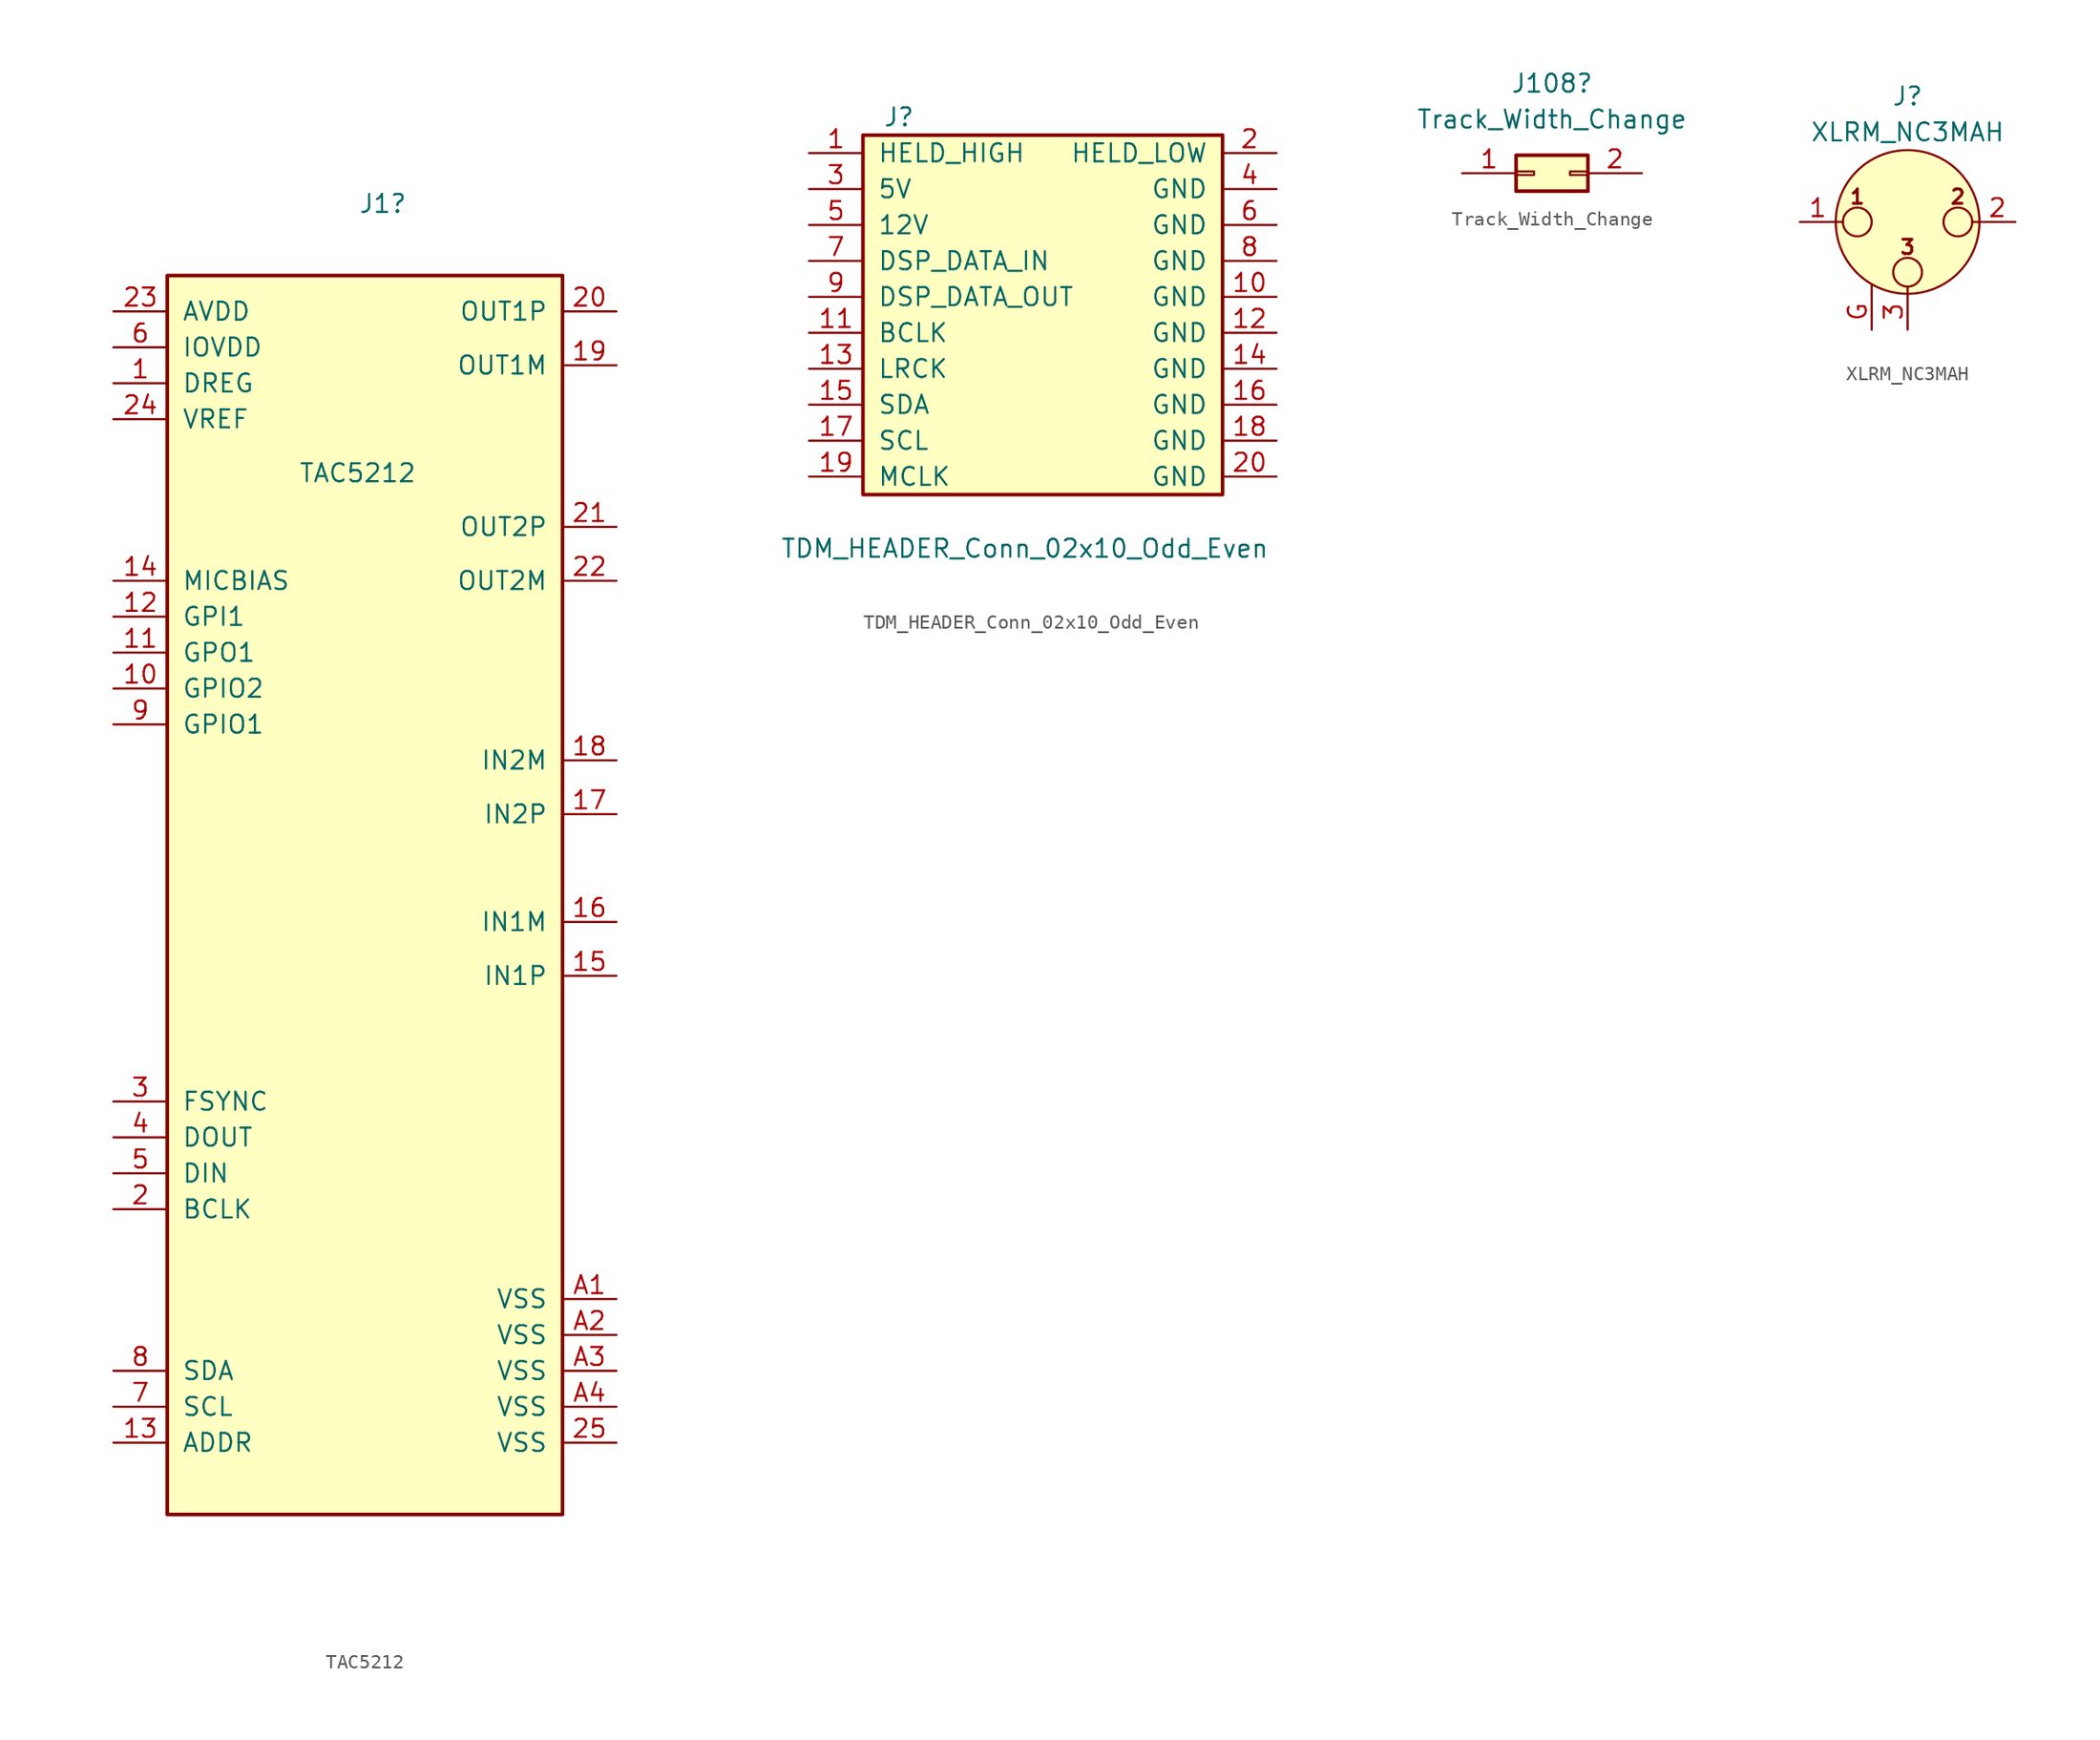
<source format=kicad_sym>
(kicad_symbol_lib
  (version 20241209)
  (generator "kicad_symbol_editor")
  (generator_version "9.0")
  (symbol "TAC5212"
    (pin_names
      (offset 1.016))
    (property "Reference" "J1"
      (at 1.27 21.59 0)
      (effects (font (size 1.27 1.27))))
    (property "Value" "TAC5212"
      (at -0.508 2.54 0)
      (effects (font (size 1.27 1.27))))
    (symbol "TAC5212_1_1"
      (rectangle (start -13.97 16.51) (end 13.97 -71.12) (stroke (width 0.254) (type default)) (fill (type background)))
      (pin passive line (at -17.78 13.97 0) (length 3.81) (name "AVDD" (effects (font (size 1.27 1.27)))) (number "23" (effects (font (size 1.27 1.27)))))
      (pin passive line (at -17.78 11.43 0) (length 3.81) (name "IOVDD" (effects (font (size 1.27 1.27)))) (number "6" (effects (font (size 1.27 1.27)))))
      (pin passive line (at -17.78 8.89 0) (length 3.81) (name "DREG" (effects (font (size 1.27 1.27)))) (number "1" (effects (font (size 1.27 1.27)))))
      (pin passive line (at -17.78 6.35 0) (length 3.81) (name "VREF" (effects (font (size 1.27 1.27)))) (number "24" (effects (font (size 1.27 1.27)))))
      (pin passive line (at -17.78 -5.08 0) (length 3.81) (name "MICBIAS" (effects (font (size 1.27 1.27)))) (number "14" (effects (font (size 1.27 1.27)))))
      (pin passive line (at -17.78 -7.62 0) (length 3.81) (name "GPI1" (effects (font (size 1.27 1.27)))) (number "12" (effects (font (size 1.27 1.27)))))
      (pin passive line (at -17.78 -10.16 0) (length 3.81) (name "GPO1" (effects (font (size 1.27 1.27)))) (number "11" (effects (font (size 1.27 1.27)))))
      (pin passive line (at -17.78 -12.7 0) (length 3.81) (name "GPIO2" (effects (font (size 1.27 1.27)))) (number "10" (effects (font (size 1.27 1.27)))))
      (pin passive line (at -17.78 -15.24 0) (length 3.81) (name "GPIO1" (effects (font (size 1.27 1.27)))) (number "9" (effects (font (size 1.27 1.27)))))
      (pin passive line (at -17.78 -41.91 0) (length 3.81) (name "FSYNC" (effects (font (size 1.27 1.27)))) (number "3" (effects (font (size 1.27 1.27)))))
      (pin passive line (at -17.78 -44.45 0) (length 3.81) (name "DOUT" (effects (font (size 1.27 1.27)))) (number "4" (effects (font (size 1.27 1.27)))))
      (pin passive line (at -17.78 -46.99 0) (length 3.81) (name "DIN" (effects (font (size 1.27 1.27)))) (number "5" (effects (font (size 1.27 1.27)))))
      (pin passive line (at -17.78 -49.53 0) (length 3.81) (name "BCLK" (effects (font (size 1.27 1.27)))) (number "2" (effects (font (size 1.27 1.27)))))
      (pin passive line (at -17.78 -60.96 0) (length 3.81) (name "SDA" (effects (font (size 1.27 1.27)))) (number "8" (effects (font (size 1.27 1.27)))))
      (pin passive line (at -17.78 -63.5 0) (length 3.81) (name "SCL" (effects (font (size 1.27 1.27)))) (number "7" (effects (font (size 1.27 1.27)))))
      (pin passive line (at -17.78 -66.04 0) (length 3.81) (name "ADDR" (effects (font (size 1.27 1.27)))) (number "13" (effects (font (size 1.27 1.27)))))
      (pin passive line (at 17.78 13.97 180) (length 3.81) (name "OUT1P" (effects (font (size 1.27 1.27)))) (number "20" (effects (font (size 1.27 1.27)))))
      (pin passive line (at 17.78 10.16 180) (length 3.81) (name "OUT1M" (effects (font (size 1.27 1.27)))) (number "19" (effects (font (size 1.27 1.27)))))
      (pin passive line (at 17.78 -1.27 180) (length 3.81) (name "OUT2P" (effects (font (size 1.27 1.27)))) (number "21" (effects (font (size 1.27 1.27)))))
      (pin passive line (at 17.78 -5.08 180) (length 3.81) (name "OUT2M" (effects (font (size 1.27 1.27)))) (number "22" (effects (font (size 1.27 1.27)))))
      (pin passive line (at 17.78 -17.78 180) (length 3.81) (name "IN2M" (effects (font (size 1.27 1.27)))) (number "18" (effects (font (size 1.27 1.27)))))
      (pin passive line (at 17.78 -21.59 180) (length 3.81) (name "IN2P" (effects (font (size 1.27 1.27)))) (number "17" (effects (font (size 1.27 1.27)))))
      (pin passive line (at 17.78 -29.21 180) (length 3.81) (name "IN1M" (effects (font (size 1.27 1.27)))) (number "16" (effects (font (size 1.27 1.27)))))
      (pin passive line (at 17.78 -33.02 180) (length 3.81) (name "IN1P" (effects (font (size 1.27 1.27)))) (number "15" (effects (font (size 1.27 1.27)))))
      (pin passive line (at 17.78 -55.88 180) (length 3.81) (name "VSS" (effects (font (size 1.27 1.27)))) (number "A1" (effects (font (size 1.27 1.27)))))
      (pin passive line (at 17.78 -58.42 180) (length 3.81) (name "VSS" (effects (font (size 1.27 1.27)))) (number "A2" (effects (font (size 1.27 1.27)))))
      (pin passive line (at 17.78 -60.96 180) (length 3.81) (name "VSS" (effects (font (size 1.27 1.27)))) (number "A3" (effects (font (size 1.27 1.27)))))
      (pin passive line (at 17.78 -63.5 180) (length 3.81) (name "VSS" (effects (font (size 1.27 1.27)))) (number "A4" (effects (font (size 1.27 1.27)))))
      (pin passive line (at 17.78 -66.04 180) (length 3.81) (name "VSS" (effects (font (size 1.27 1.27)))) (number "25" (effects (font (size 1.27 1.27)))))))
  (symbol "TDM_HEADER_Conn_02x10_Odd_Even"
    (pin_names
      (offset 1.016))
    (property "Reference" "J"
      (at 1.27 12.7 0)
      (effects (font (size 1.27 1.27))))
    (property "Value" "TDM_HEADER_Conn_02x10_Odd_Even"
      (at 10.16 -17.78 0)
      (effects (font (size 1.27 1.27))))
    (symbol "TDM_HEADER_Conn_02x10_Odd_Even_1_1"
      (rectangle (start -1.27 11.43) (end 24.13 -13.97) (stroke (width 0.254) (type default)) (fill (type background)))
      (pin passive line (at -5.08 10.16 0) (length 3.81) (name "HELD_HIGH" (effects (font (size 1.27 1.27)))) (number "1" (effects (font (size 1.27 1.27)))))
      (pin passive line (at -5.08 7.62 0) (length 3.81) (name "5V" (effects (font (size 1.27 1.27)))) (number "3" (effects (font (size 1.27 1.27)))))
      (pin passive line (at -5.08 5.08 0) (length 3.81) (name "12V" (effects (font (size 1.27 1.27)))) (number "5" (effects (font (size 1.27 1.27)))))
      (pin passive line (at -5.08 2.54 0) (length 3.81) (name "DSP_DATA_IN" (effects (font (size 1.27 1.27)))) (number "7" (effects (font (size 1.27 1.27)))))
      (pin passive line (at -5.08 0 0) (length 3.81) (name "DSP_DATA_OUT" (effects (font (size 1.27 1.27)))) (number "9" (effects (font (size 1.27 1.27)))))
      (pin passive line (at -5.08 -2.54 0) (length 3.81) (name "BCLK" (effects (font (size 1.27 1.27)))) (number "11" (effects (font (size 1.27 1.27)))))
      (pin passive line (at -5.08 -5.08 0) (length 3.81) (name "LRCK" (effects (font (size 1.27 1.27)))) (number "13" (effects (font (size 1.27 1.27)))))
      (pin passive line (at -5.08 -7.62 0) (length 3.81) (name "SDA" (effects (font (size 1.27 1.27)))) (number "15" (effects (font (size 1.27 1.27)))))
      (pin passive line (at -5.08 -10.16 0) (length 3.81) (name "SCL" (effects (font (size 1.27 1.27)))) (number "17" (effects (font (size 1.27 1.27)))))
      (pin passive line (at -5.08 -12.7 0) (length 3.81) (name "MCLK" (effects (font (size 1.27 1.27)))) (number "19" (effects (font (size 1.27 1.27)))))
      (pin passive line (at 27.94 10.16 180) (length 3.81) (name "HELD_LOW" (effects (font (size 1.27 1.27)))) (number "2" (effects (font (size 1.27 1.27)))))
      (pin passive line (at 27.94 7.62 180) (length 3.81) (name "GND" (effects (font (size 1.27 1.27)))) (number "4" (effects (font (size 1.27 1.27)))))
      (pin passive line (at 27.94 5.08 180) (length 3.81) (name "GND" (effects (font (size 1.27 1.27)))) (number "6" (effects (font (size 1.27 1.27)))))
      (pin passive line (at 27.94 2.54 180) (length 3.81) (name "GND" (effects (font (size 1.27 1.27)))) (number "8" (effects (font (size 1.27 1.27)))))
      (pin passive line (at 27.94 0 180) (length 3.81) (name "GND" (effects (font (size 1.27 1.27)))) (number "10" (effects (font (size 1.27 1.27)))))
      (pin passive line (at 27.94 -2.54 180) (length 3.81) (name "GND" (effects (font (size 1.27 1.27)))) (number "12" (effects (font (size 1.27 1.27)))))
      (pin passive line (at 27.94 -5.08 180) (length 3.81) (name "GND" (effects (font (size 1.27 1.27)))) (number "14" (effects (font (size 1.27 1.27)))))
      (pin passive line (at 27.94 -7.62 180) (length 3.81) (name "GND" (effects (font (size 1.27 1.27)))) (number "16" (effects (font (size 1.27 1.27)))))
      (pin passive line (at 27.94 -10.16 180) (length 3.81) (name "GND" (effects (font (size 1.27 1.27)))) (number "18" (effects (font (size 1.27 1.27)))))
      (pin passive line (at 27.94 -12.7 180) (length 3.81) (name "GND" (effects (font (size 1.27 1.27)))) (number "20" (effects (font (size 1.27 1.27)))))))
  (symbol "Track_Width_Change"
    (pin_names
      (offset 1.016)
      (hide yes))
    (property "Reference" "J108"
      (at 1.27 6.35 0)
      (effects (font (size 1.27 1.27))))
    (property "Value" "Track_Width_Change"
      (at 1.27 3.81 0)
      (effects (font (size 1.27 1.27))))
    (symbol "Track_Width_Change_1_1"
      (rectangle (start -1.27 1.27) (end 3.81 -1.27) (stroke (width 0.254) (type default)) (fill (type background)))
      (rectangle (start -1.27 0.127) (end 0 -0.127) (stroke (width 0.152) (type default)) (fill (type none)))
      (rectangle (start 3.81 0.127) (end 2.54 -0.127) (stroke (width 0.152) (type default)) (fill (type none)))
      (pin passive line (at -5.08 0 0) (length 3.81) (name "Pin_1" (effects (font (size 1.27 1.27)))) (number "1" (effects (font (size 1.27 1.27)))))
      (pin passive line (at 7.62 0 180) (length 3.81) (name "Pin_2" (effects (font (size 1.27 1.27)))) (number "2" (effects (font (size 1.27 1.27)))))))
  (symbol "XLRM_NC3MAH"
    (pin_names
      (hide yes))
    (property "Reference" "J"
      (at 0 8.89 0)
      (effects (font (size 1.27 1.27))))
    (property "Value" "XLRM_NC3MAH"
      (at 0 6.35 0)
      (effects (font (size 1.27 1.27))))
    (symbol "XLRM_NC3MAH_0_1"
      (polyline (pts (xy -5.08 0) (xy -4.572 0)) (stroke (width 0) (type default)) (fill (type none)))
      (circle (center -3.556 0) (radius 1.016) (stroke (width 0) (type default)) (fill (type none)))
      (polyline (pts (xy -2.54 -5.08) (xy -2.54 -4.445)) (stroke (width 0) (type default)) (fill (type none)))
      (circle (center 0 0) (radius 5.08) (stroke (width 0) (type default)) (fill (type background)))
      (circle (center 0 -3.556) (radius 1.016) (stroke (width 0) (type default)) (fill (type none)))
      (polyline (pts (xy 0 -5.08) (xy 0 -4.572)) (stroke (width 0) (type default)) (fill (type none)))
      (circle (center 3.556 0) (radius 1.016) (stroke (width 0) (type default)) (fill (type none)))
      (polyline (pts (xy 5.08 0) (xy 4.572 0)) (stroke (width 0) (type default)) (fill (type none)))
      (text "1" (at -3.556 1.778 0) (effects (font (size 1.016 1.016) (bold yes))))
      (text "3" (at 0 -1.778 0) (effects (font (size 1.016 1.016) (bold yes))))
      (text "2" (at 3.556 1.778 0) (effects (font (size 1.016 1.016) (bold yes))))
      (pin passive line (at -7.62 0 0) (length 2.54) (name "~" (effects (font (size 1.27 1.27)))) (number "1" (effects (font (size 1.27 1.27)))))
      (pin passive line (at 0 -7.62 90) (length 2.54) (name "~" (effects (font (size 1.27 1.27)))) (number "3" (effects (font (size 1.27 1.27)))))
      (pin passive line (at 7.62 0 180) (length 2.54) (name "~" (effects (font (size 1.27 1.27)))) (number "2" (effects (font (size 1.27 1.27))))))
    (symbol "XLRM_NC3MAH_1_1"
      (pin passive line (at -2.54 -7.62 90) (length 2.54) (name "~" (effects (font (size 1.27 1.27)))) (number "G" (effects (font (size 1.27 1.27))))))))
</source>
